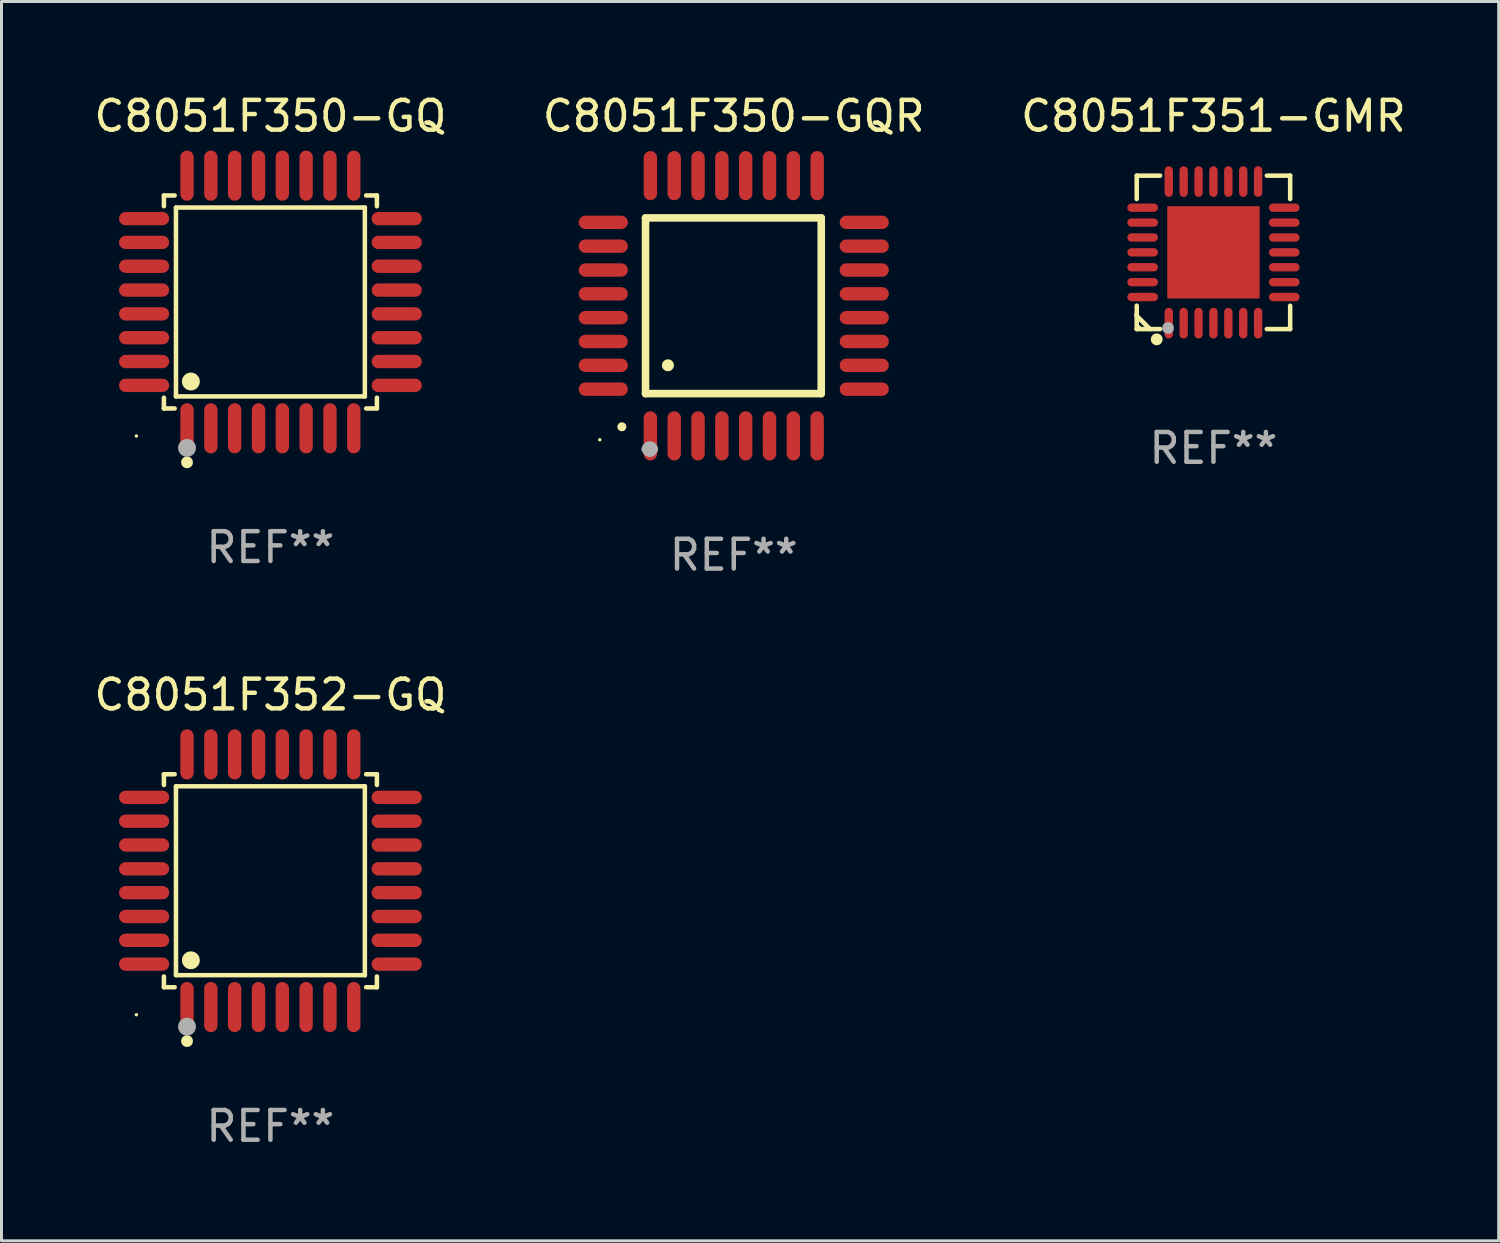
<source format=kicad_pcb>
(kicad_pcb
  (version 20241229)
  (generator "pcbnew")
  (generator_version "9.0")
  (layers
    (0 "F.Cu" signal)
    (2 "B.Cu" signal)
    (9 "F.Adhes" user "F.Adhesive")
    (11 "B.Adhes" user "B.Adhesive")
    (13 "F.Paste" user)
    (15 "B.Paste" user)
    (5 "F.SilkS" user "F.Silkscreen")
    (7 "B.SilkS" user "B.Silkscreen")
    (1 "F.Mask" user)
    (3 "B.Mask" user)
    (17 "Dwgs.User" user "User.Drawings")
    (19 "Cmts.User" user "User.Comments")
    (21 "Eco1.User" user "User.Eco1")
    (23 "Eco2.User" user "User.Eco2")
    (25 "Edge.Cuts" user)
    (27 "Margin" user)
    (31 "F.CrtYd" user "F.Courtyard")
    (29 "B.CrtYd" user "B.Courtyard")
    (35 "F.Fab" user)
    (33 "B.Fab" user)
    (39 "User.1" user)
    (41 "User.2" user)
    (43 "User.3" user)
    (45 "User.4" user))
  (footprint "C8051F350-GQR"
    (layer "F.Cu")
    (at 21.589 7.217)
    (property "Reference" "C8051F350-GQR" (at 0 -6.369 0) (layer "F.SilkS") (effects (font (size 1 1) (thickness 0.15))))
    (attr through_hole)
    (fp_line (start -2.963 -2.95) (end -2.963 2.95) (stroke (width 0.254) (type solid)) (layer "F.SilkS"))
    (fp_line (start -2.963 2.95) (end 2.937 2.95) (stroke (width 0.254) (type solid)) (layer "F.SilkS"))
    (fp_line (start 2.937 -2.95) (end -2.963 -2.95) (stroke (width 0.254) (type solid)) (layer "F.SilkS"))
    (fp_line (start 2.937 2.95) (end 2.937 -2.95) (stroke (width 0.254) (type solid)) (layer "F.SilkS"))
    (fp_arc (start -3.759208 4.064008) (mid -3.757938 4.064003) (end -3.756668 4.064008) (stroke (width 0.3) (type solid)) (layer "F.SilkS"))
    (fp_arc (start -2.212344 1.998984) (mid -2.211074 1.99898) (end -2.209804 1.998984) (stroke (width 0.4) (type solid)) (layer "F.SilkS"))
    (fp_circle (center -4.5 4.5) (end -4.47 4.5) (stroke (width 0.06) (type solid)) (fill no) (layer "F.SilkS"))
    (fp_arc (start -2.967489 4.82601) (mid -2.819406 4.677927) (end -2.671323 4.82601) (stroke (width 0.254001) (type solid)) (layer "F.Fab"))
    (fp_arc (start -2.967488 4.82601) (mid -2.819406 4.791053) (end -2.671324 4.82601) (stroke (width 0.254001) (type solid)) (layer "F.Fab"))
    (fp_circle (center -2.819 4.826) (end -2.692 4.826) (stroke (width 0.254) (type solid)) (fill no) (layer "F.Fab"))
    (fp_text user "REF**" (at 0 8.369 0) (layer "F.Fab") (effects (font (size 1 1) (thickness 0.15))))
    (pad "1" smd oval (at -2.8 4.369) (size 0.45 1.65) (layers "F.Cu" "F.Mask" "F.Paste"))
    (pad "2" smd oval (at -2 4.369) (size 0.45 1.65) (layers "F.Cu" "F.Mask" "F.Paste"))
    (pad "3" smd oval (at -1.2 4.369) (size 0.45 1.65) (layers "F.Cu" "F.Mask" "F.Paste"))
    (pad "4" smd oval (at -0.4 4.369) (size 0.45 1.65) (layers "F.Cu" "F.Mask" "F.Paste"))
    (pad "5" smd oval (at 0.4 4.369) (size 0.45 1.65) (layers "F.Cu" "F.Mask" "F.Paste"))
    (pad "6" smd oval (at 1.2 4.369) (size 0.45 1.65) (layers "F.Cu" "F.Mask" "F.Paste"))
    (pad "7" smd oval (at 2 4.369) (size 0.45 1.65) (layers "F.Cu" "F.Mask" "F.Paste"))
    (pad "8" smd oval (at 2.8 4.369) (size 0.45 1.65) (layers "F.Cu" "F.Mask" "F.Paste"))
    (pad "9" smd oval (at 4.382 2.8) (size 1.65 0.45) (layers "F.Cu" "F.Mask" "F.Paste"))
    (pad "10" smd oval (at 4.382 2) (size 1.65 0.45) (layers "F.Cu" "F.Mask" "F.Paste"))
    (pad "11" smd oval (at 4.382 1.2) (size 1.65 0.45) (layers "F.Cu" "F.Mask" "F.Paste"))
    (pad "12" smd oval (at 4.382 0.4) (size 1.65 0.45) (layers "F.Cu" "F.Mask" "F.Paste"))
    (pad "13" smd oval (at 4.382 -0.4) (size 1.65 0.45) (layers "F.Cu" "F.Mask" "F.Paste"))
    (pad "14" smd oval (at 4.382 -1.2) (size 1.65 0.45) (layers "F.Cu" "F.Mask" "F.Paste"))
    (pad "15" smd oval (at 4.382 -2) (size 1.65 0.45) (layers "F.Cu" "F.Mask" "F.Paste"))
    (pad "16" smd oval (at 4.382 -2.8) (size 1.65 0.45) (layers "F.Cu" "F.Mask" "F.Paste"))
    (pad "17" smd oval (at 2.8 -4.369) (size 0.45 1.65) (layers "F.Cu" "F.Mask" "F.Paste"))
    (pad "18" smd oval (at 2 -4.369) (size 0.45 1.65) (layers "F.Cu" "F.Mask" "F.Paste"))
    (pad "19" smd oval (at 1.2 -4.369) (size 0.45 1.65) (layers "F.Cu" "F.Mask" "F.Paste"))
    (pad "20" smd oval (at 0.4 -4.369) (size 0.45 1.65) (layers "F.Cu" "F.Mask" "F.Paste"))
    (pad "21" smd oval (at -0.4 -4.369) (size 0.45 1.65) (layers "F.Cu" "F.Mask" "F.Paste"))
    (pad "22" smd oval (at -1.2 -4.369) (size 0.45 1.65) (layers "F.Cu" "F.Mask" "F.Paste"))
    (pad "23" smd oval (at -2 -4.369) (size 0.45 1.65) (layers "F.Cu" "F.Mask" "F.Paste"))
    (pad "24" smd oval (at -2.8 -4.369) (size 0.45 1.65) (layers "F.Cu" "F.Mask" "F.Paste"))
    (pad "25" smd oval (at -4.382 -2.8) (size 1.65 0.45) (layers "F.Cu" "F.Mask" "F.Paste"))
    (pad "26" smd oval (at -4.382 -2) (size 1.65 0.45) (layers "F.Cu" "F.Mask" "F.Paste"))
    (pad "27" smd oval (at -4.382 -1.2) (size 1.65 0.45) (layers "F.Cu" "F.Mask" "F.Paste"))
    (pad "28" smd oval (at -4.382 -0.4) (size 1.65 0.45) (layers "F.Cu" "F.Mask" "F.Paste"))
    (pad "29" smd oval (at -4.382 0.4) (size 1.65 0.45) (layers "F.Cu" "F.Mask" "F.Paste"))
    (pad "30" smd oval (at -4.382 1.2) (size 1.65 0.45) (layers "F.Cu" "F.Mask" "F.Paste"))
    (pad "31" smd oval (at -4.382 2) (size 1.65 0.45) (layers "F.Cu" "F.Mask" "F.Paste"))
    (pad "32" smd oval (at -4.382 2.8) (size 1.65 0.45) (layers "F.Cu" "F.Mask" "F.Paste")))
  (footprint "C8051F350-GQ"
    (layer "F.Cu")
    (at 6.03 7.09)
    (property "Reference" "C8051F350-GQ" (at 0 -6.242 0) (layer "F.SilkS") (effects (font (size 1 1) (thickness 0.15))))
    (attr through_hole)
    (fp_line (start -3.576 -3.576) (end -3.215 -3.576) (stroke (width 0.152) (type solid)) (layer "F.SilkS"))
    (fp_line (start -3.576 -3.215) (end -3.576 -3.576) (stroke (width 0.152) (type solid)) (layer "F.SilkS"))
    (fp_line (start -3.576 3.215) (end -3.576 3.576) (stroke (width 0.152) (type solid)) (layer "F.SilkS"))
    (fp_line (start -3.576 3.576) (end -3.215 3.576) (stroke (width 0.152) (type solid)) (layer "F.SilkS"))
    (fp_line (start -3.171 -3.171) (end 3.171 -3.171) (stroke (width 0.152) (type solid)) (layer "F.SilkS"))
    (fp_line (start -3.171 3.171) (end -3.171 -3.171) (stroke (width 0.152) (type solid)) (layer "F.SilkS"))
    (fp_line (start 3.171 -3.171) (end 3.171 3.171) (stroke (width 0.152) (type solid)) (layer "F.SilkS"))
    (fp_line (start 3.171 3.171) (end -3.171 3.171) (stroke (width 0.152) (type solid)) (layer "F.SilkS"))
    (fp_line (start 3.576 -3.576) (end 3.215 -3.576) (stroke (width 0.152) (type solid)) (layer "F.SilkS"))
    (fp_line (start 3.576 -3.215) (end 3.576 -3.576) (stroke (width 0.152) (type solid)) (layer "F.SilkS"))
    (fp_line (start 3.576 3.215) (end 3.576 3.576) (stroke (width 0.152) (type solid)) (layer "F.SilkS"))
    (fp_line (start 3.576 3.576) (end 3.215 3.576) (stroke (width 0.152) (type solid)) (layer "F.SilkS"))
    (fp_circle (center -4.5 4.5) (end -4.47 4.5) (stroke (width 0.06) (type solid)) (fill no) (layer "F.SilkS"))
    (fp_circle (center -2.8 5.384) (end -2.7 5.384) (stroke (width 0.2) (type solid)) (fill no) (layer "F.SilkS"))
    (fp_circle (center -2.671 2.671) (end -2.521 2.671) (stroke (width 0.3) (type solid)) (fill no) (layer "F.SilkS"))
    (fp_circle (center -2.8 4.9) (end -2.65 4.9) (stroke (width 0.3) (type solid)) (fill no) (layer "F.Fab"))
    (fp_text user "REF**" (at 0 8.242 0) (layer "F.Fab") (effects (font (size 1 1) (thickness 0.15))))
    (pad "1" smd oval (at -2.8 4.242) (size 0.448 1.684) (layers "F.Cu" "F.Mask" "F.Paste"))
    (pad "2" smd oval (at -2 4.242) (size 0.448 1.684) (layers "F.Cu" "F.Mask" "F.Paste"))
    (pad "3" smd oval (at -1.2 4.242) (size 0.448 1.684) (layers "F.Cu" "F.Mask" "F.Paste"))
    (pad "4" smd oval (at -0.4 4.242) (size 0.448 1.684) (layers "F.Cu" "F.Mask" "F.Paste"))
    (pad "5" smd oval (at 0.4 4.242) (size 0.448 1.684) (layers "F.Cu" "F.Mask" "F.Paste"))
    (pad "6" smd oval (at 1.2 4.242) (size 0.448 1.684) (layers "F.Cu" "F.Mask" "F.Paste"))
    (pad "7" smd oval (at 2 4.242) (size 0.448 1.684) (layers "F.Cu" "F.Mask" "F.Paste"))
    (pad "8" smd oval (at 2.8 4.242) (size 0.448 1.684) (layers "F.Cu" "F.Mask" "F.Paste"))
    (pad "9" smd oval (at 4.242 2.8) (size 1.684 0.448) (layers "F.Cu" "F.Mask" "F.Paste"))
    (pad "10" smd oval (at 4.242 2) (size 1.684 0.448) (layers "F.Cu" "F.Mask" "F.Paste"))
    (pad "11" smd oval (at 4.242 1.2) (size 1.684 0.448) (layers "F.Cu" "F.Mask" "F.Paste"))
    (pad "12" smd oval (at 4.242 0.4) (size 1.684 0.448) (layers "F.Cu" "F.Mask" "F.Paste"))
    (pad "13" smd oval (at 4.242 -0.4) (size 1.684 0.448) (layers "F.Cu" "F.Mask" "F.Paste"))
    (pad "14" smd oval (at 4.242 -1.2) (size 1.684 0.448) (layers "F.Cu" "F.Mask" "F.Paste"))
    (pad "15" smd oval (at 4.242 -2) (size 1.684 0.448) (layers "F.Cu" "F.Mask" "F.Paste"))
    (pad "16" smd oval (at 4.242 -2.8) (size 1.684 0.448) (layers "F.Cu" "F.Mask" "F.Paste"))
    (pad "17" smd oval (at 2.8 -4.242) (size 0.448 1.684) (layers "F.Cu" "F.Mask" "F.Paste"))
    (pad "18" smd oval (at 2 -4.242) (size 0.448 1.684) (layers "F.Cu" "F.Mask" "F.Paste"))
    (pad "19" smd oval (at 1.2 -4.242) (size 0.448 1.684) (layers "F.Cu" "F.Mask" "F.Paste"))
    (pad "20" smd oval (at 0.4 -4.242) (size 0.448 1.684) (layers "F.Cu" "F.Mask" "F.Paste"))
    (pad "21" smd oval (at -0.4 -4.242) (size 0.448 1.684) (layers "F.Cu" "F.Mask" "F.Paste"))
    (pad "22" smd oval (at -1.2 -4.242) (size 0.448 1.684) (layers "F.Cu" "F.Mask" "F.Paste"))
    (pad "23" smd oval (at -2 -4.242) (size 0.448 1.684) (layers "F.Cu" "F.Mask" "F.Paste"))
    (pad "24" smd oval (at -2.8 -4.242) (size 0.448 1.684) (layers "F.Cu" "F.Mask" "F.Paste"))
    (pad "25" smd oval (at -4.242 -2.8) (size 1.684 0.448) (layers "F.Cu" "F.Mask" "F.Paste"))
    (pad "26" smd oval (at -4.242 -2) (size 1.684 0.448) (layers "F.Cu" "F.Mask" "F.Paste"))
    (pad "27" smd oval (at -4.242 -1.2) (size 1.684 0.448) (layers "F.Cu" "F.Mask" "F.Paste"))
    (pad "28" smd oval (at -4.242 -0.4) (size 1.684 0.448) (layers "F.Cu" "F.Mask" "F.Paste"))
    (pad "29" smd oval (at -4.242 0.4) (size 1.684 0.448) (layers "F.Cu" "F.Mask" "F.Paste"))
    (pad "30" smd oval (at -4.242 1.2) (size 1.684 0.448) (layers "F.Cu" "F.Mask" "F.Paste"))
    (pad "31" smd oval (at -4.242 2) (size 1.684 0.448) (layers "F.Cu" "F.Mask" "F.Paste"))
    (pad "32" smd oval (at -4.242 2.8) (size 1.684 0.448) (layers "F.Cu" "F.Mask" "F.Paste")))
  (footprint "C8051F351-GMR"
    (layer "F.Cu")
    (at 37.696 5.424)
    (property "Reference" "C8051F351-GMR" (at 0 -4.576 0) (layer "F.SilkS") (effects (font (size 1 1) (thickness 0.15))))
    (attr through_hole)
    (fp_line (start -2.576 -2.576) (end -2.576 -1.792) (stroke (width 0.152) (type solid)) (layer "F.SilkS"))
    (fp_line (start -2.576 2.077) (end -2.576 2.133) (stroke (width 0.152) (type solid)) (layer "F.SilkS"))
    (fp_line (start -2.576 2.133) (end -2.133 2.576) (stroke (width 0.152) (type solid)) (layer "F.SilkS"))
    (fp_line (start -2.576 2.576) (end -2.576 1.792) (stroke (width 0.152) (type solid)) (layer "F.SilkS"))
    (fp_line (start -1.792 -2.576) (end -2.576 -2.576) (stroke (width 0.152) (type solid)) (layer "F.SilkS"))
    (fp_line (start -1.792 2.576) (end -2.576 2.576) (stroke (width 0.152) (type solid)) (layer "F.SilkS"))
    (fp_line (start 1.792 -2.576) (end 2.576 -2.576) (stroke (width 0.152) (type solid)) (layer "F.SilkS"))
    (fp_line (start 1.792 2.576) (end 2.576 2.576) (stroke (width 0.152) (type solid)) (layer "F.SilkS"))
    (fp_line (start 2.576 -2.576) (end 2.576 -1.792) (stroke (width 0.152) (type solid)) (layer "F.SilkS"))
    (fp_line (start 2.576 2.576) (end 2.576 1.792) (stroke (width 0.152) (type solid)) (layer "F.SilkS"))
    (fp_circle (center -2.5 2.5) (end -2.47 2.5) (stroke (width 0.06) (type solid)) (fill no) (layer "F.SilkS"))
    (fp_circle (center -1.905 2.921) (end -1.805 2.921) (stroke (width 0.2) (type solid)) (fill no) (layer "F.SilkS"))
    (fp_circle (center -1.524 2.54) (end -1.424 2.54) (stroke (width 0.2) (type solid)) (fill no) (layer "F.Fab"))
    (fp_text user "REF**" (at 0 6.576 0) (layer "F.Fab") (effects (font (size 1 1) (thickness 0.15))))
    (pad "1" smd oval (at -1.5 2.377) (size 0.28 1.03) (layers "F.Cu" "F.Mask" "F.Paste"))
    (pad "2" smd oval (at -1 2.377) (size 0.28 1.03) (layers "F.Cu" "F.Mask" "F.Paste"))
    (pad "3" smd oval (at -0.5 2.377) (size 0.28 1.03) (layers "F.Cu" "F.Mask" "F.Paste"))
    (pad "4" smd oval (at 0 2.377) (size 0.28 1.03) (layers "F.Cu" "F.Mask" "F.Paste"))
    (pad "5" smd oval (at 0.5 2.377) (size 0.28 1.03) (layers "F.Cu" "F.Mask" "F.Paste"))
    (pad "6" smd oval (at 1 2.377) (size 0.28 1.03) (layers "F.Cu" "F.Mask" "F.Paste"))
    (pad "7" smd oval (at 1.5 2.377) (size 0.28 1.03) (layers "F.Cu" "F.Mask" "F.Paste"))
    (pad "8" smd oval (at 2.377 1.5) (size 1.03 0.28) (layers "F.Cu" "F.Mask" "F.Paste"))
    (pad "9" smd oval (at 2.377 1) (size 1.03 0.28) (layers "F.Cu" "F.Mask" "F.Paste"))
    (pad "10" smd oval (at 2.377 0.5) (size 1.03 0.28) (layers "F.Cu" "F.Mask" "F.Paste"))
    (pad "11" smd oval (at 2.377 0) (size 1.03 0.28) (layers "F.Cu" "F.Mask" "F.Paste"))
    (pad "12" smd oval (at 2.377 -0.5) (size 1.03 0.28) (layers "F.Cu" "F.Mask" "F.Paste"))
    (pad "13" smd oval (at 2.377 -1) (size 1.03 0.28) (layers "F.Cu" "F.Mask" "F.Paste"))
    (pad "14" smd oval (at 2.377 -1.5) (size 1.03 0.28) (layers "F.Cu" "F.Mask" "F.Paste"))
    (pad "15" smd oval (at 1.5 -2.377) (size 0.28 1.03) (layers "F.Cu" "F.Mask" "F.Paste"))
    (pad "16" smd oval (at 1 -2.377) (size 0.28 1.03) (layers "F.Cu" "F.Mask" "F.Paste"))
    (pad "17" smd oval (at 0.5 -2.377) (size 0.28 1.03) (layers "F.Cu" "F.Mask" "F.Paste"))
    (pad "18" smd oval (at 0 -2.377) (size 0.28 1.03) (layers "F.Cu" "F.Mask" "F.Paste"))
    (pad "19" smd oval (at -0.5 -2.377) (size 0.28 1.03) (layers "F.Cu" "F.Mask" "F.Paste"))
    (pad "20" smd oval (at -1 -2.377) (size 0.28 1.03) (layers "F.Cu" "F.Mask" "F.Paste"))
    (pad "21" smd oval (at -1.5 -2.377) (size 0.28 1.03) (layers "F.Cu" "F.Mask" "F.Paste"))
    (pad "22" smd oval (at -2.377 -1.5) (size 1.03 0.28) (layers "F.Cu" "F.Mask" "F.Paste"))
    (pad "23" smd oval (at -2.377 -1) (size 1.03 0.28) (layers "F.Cu" "F.Mask" "F.Paste"))
    (pad "24" smd oval (at -2.377 -0.5) (size 1.03 0.28) (layers "F.Cu" "F.Mask" "F.Paste"))
    (pad "25" smd oval (at -2.377 0) (size 1.03 0.28) (layers "F.Cu" "F.Mask" "F.Paste"))
    (pad "26" smd oval (at -2.377 0.5) (size 1.03 0.28) (layers "F.Cu" "F.Mask" "F.Paste"))
    (pad "27" smd oval (at -2.377 1) (size 1.03 0.28) (layers "F.Cu" "F.Mask" "F.Paste"))
    (pad "28" smd oval (at -2.377 1.5) (size 1.03 0.28) (layers "F.Cu" "F.Mask" "F.Paste"))
    (pad "29" smd rect (at 0 0) (size 3.1 3.1) (layers "F.Cu" "F.Mask" "F.Paste")))
  (footprint "C8051F352-GQ"
    (layer "F.Cu")
    (at 6.03 26.524)
    (property "Reference" "C8051F352-GQ" (at 0 -6.242 0) (layer "F.SilkS") (effects (font (size 1 1) (thickness 0.15))))
    (attr through_hole)
    (fp_line (start -3.576 -3.576) (end -3.215 -3.576) (stroke (width 0.152) (type solid)) (layer "F.SilkS"))
    (fp_line (start -3.576 -3.215) (end -3.576 -3.576) (stroke (width 0.152) (type solid)) (layer "F.SilkS"))
    (fp_line (start -3.576 3.215) (end -3.576 3.576) (stroke (width 0.152) (type solid)) (layer "F.SilkS"))
    (fp_line (start -3.576 3.576) (end -3.215 3.576) (stroke (width 0.152) (type solid)) (layer "F.SilkS"))
    (fp_line (start -3.171 -3.171) (end 3.171 -3.171) (stroke (width 0.152) (type solid)) (layer "F.SilkS"))
    (fp_line (start -3.171 3.171) (end -3.171 -3.171) (stroke (width 0.152) (type solid)) (layer "F.SilkS"))
    (fp_line (start 3.171 -3.171) (end 3.171 3.171) (stroke (width 0.152) (type solid)) (layer "F.SilkS"))
    (fp_line (start 3.171 3.171) (end -3.171 3.171) (stroke (width 0.152) (type solid)) (layer "F.SilkS"))
    (fp_line (start 3.576 -3.576) (end 3.215 -3.576) (stroke (width 0.152) (type solid)) (layer "F.SilkS"))
    (fp_line (start 3.576 -3.215) (end 3.576 -3.576) (stroke (width 0.152) (type solid)) (layer "F.SilkS"))
    (fp_line (start 3.576 3.215) (end 3.576 3.576) (stroke (width 0.152) (type solid)) (layer "F.SilkS"))
    (fp_line (start 3.576 3.576) (end 3.215 3.576) (stroke (width 0.152) (type solid)) (layer "F.SilkS"))
    (fp_circle (center -4.5 4.5) (end -4.47 4.5) (stroke (width 0.06) (type solid)) (fill no) (layer "F.SilkS"))
    (fp_circle (center -2.8 5.384) (end -2.7 5.384) (stroke (width 0.2) (type solid)) (fill no) (layer "F.SilkS"))
    (fp_circle (center -2.671 2.671) (end -2.521 2.671) (stroke (width 0.3) (type solid)) (fill no) (layer "F.SilkS"))
    (fp_circle (center -2.8 4.9) (end -2.65 4.9) (stroke (width 0.3) (type solid)) (fill no) (layer "F.Fab"))
    (fp_text user "REF**" (at 0 8.242 0) (layer "F.Fab") (effects (font (size 1 1) (thickness 0.15))))
    (pad "1" smd oval (at -2.8 4.242) (size 0.448 1.684) (layers "F.Cu" "F.Mask" "F.Paste"))
    (pad "2" smd oval (at -2 4.242) (size 0.448 1.684) (layers "F.Cu" "F.Mask" "F.Paste"))
    (pad "3" smd oval (at -1.2 4.242) (size 0.448 1.684) (layers "F.Cu" "F.Mask" "F.Paste"))
    (pad "4" smd oval (at -0.4 4.242) (size 0.448 1.684) (layers "F.Cu" "F.Mask" "F.Paste"))
    (pad "5" smd oval (at 0.4 4.242) (size 0.448 1.684) (layers "F.Cu" "F.Mask" "F.Paste"))
    (pad "6" smd oval (at 1.2 4.242) (size 0.448 1.684) (layers "F.Cu" "F.Mask" "F.Paste"))
    (pad "7" smd oval (at 2 4.242) (size 0.448 1.684) (layers "F.Cu" "F.Mask" "F.Paste"))
    (pad "8" smd oval (at 2.8 4.242) (size 0.448 1.684) (layers "F.Cu" "F.Mask" "F.Paste"))
    (pad "9" smd oval (at 4.242 2.8) (size 1.684 0.448) (layers "F.Cu" "F.Mask" "F.Paste"))
    (pad "10" smd oval (at 4.242 2) (size 1.684 0.448) (layers "F.Cu" "F.Mask" "F.Paste"))
    (pad "11" smd oval (at 4.242 1.2) (size 1.684 0.448) (layers "F.Cu" "F.Mask" "F.Paste"))
    (pad "12" smd oval (at 4.242 0.4) (size 1.684 0.448) (layers "F.Cu" "F.Mask" "F.Paste"))
    (pad "13" smd oval (at 4.242 -0.4) (size 1.684 0.448) (layers "F.Cu" "F.Mask" "F.Paste"))
    (pad "14" smd oval (at 4.242 -1.2) (size 1.684 0.448) (layers "F.Cu" "F.Mask" "F.Paste"))
    (pad "15" smd oval (at 4.242 -2) (size 1.684 0.448) (layers "F.Cu" "F.Mask" "F.Paste"))
    (pad "16" smd oval (at 4.242 -2.8) (size 1.684 0.448) (layers "F.Cu" "F.Mask" "F.Paste"))
    (pad "17" smd oval (at 2.8 -4.242) (size 0.448 1.684) (layers "F.Cu" "F.Mask" "F.Paste"))
    (pad "18" smd oval (at 2 -4.242) (size 0.448 1.684) (layers "F.Cu" "F.Mask" "F.Paste"))
    (pad "19" smd oval (at 1.2 -4.242) (size 0.448 1.684) (layers "F.Cu" "F.Mask" "F.Paste"))
    (pad "20" smd oval (at 0.4 -4.242) (size 0.448 1.684) (layers "F.Cu" "F.Mask" "F.Paste"))
    (pad "21" smd oval (at -0.4 -4.242) (size 0.448 1.684) (layers "F.Cu" "F.Mask" "F.Paste"))
    (pad "22" smd oval (at -1.2 -4.242) (size 0.448 1.684) (layers "F.Cu" "F.Mask" "F.Paste"))
    (pad "23" smd oval (at -2 -4.242) (size 0.448 1.684) (layers "F.Cu" "F.Mask" "F.Paste"))
    (pad "24" smd oval (at -2.8 -4.242) (size 0.448 1.684) (layers "F.Cu" "F.Mask" "F.Paste"))
    (pad "25" smd oval (at -4.242 -2.8) (size 1.684 0.448) (layers "F.Cu" "F.Mask" "F.Paste"))
    (pad "26" smd oval (at -4.242 -2) (size 1.684 0.448) (layers "F.Cu" "F.Mask" "F.Paste"))
    (pad "27" smd oval (at -4.242 -1.2) (size 1.684 0.448) (layers "F.Cu" "F.Mask" "F.Paste"))
    (pad "28" smd oval (at -4.242 -0.4) (size 1.684 0.448) (layers "F.Cu" "F.Mask" "F.Paste"))
    (pad "29" smd oval (at -4.242 0.4) (size 1.684 0.448) (layers "F.Cu" "F.Mask" "F.Paste"))
    (pad "30" smd oval (at -4.242 1.2) (size 1.684 0.448) (layers "F.Cu" "F.Mask" "F.Paste"))
    (pad "31" smd oval (at -4.242 2) (size 1.684 0.448) (layers "F.Cu" "F.Mask" "F.Paste"))
    (pad "32" smd oval (at -4.242 2.8) (size 1.684 0.448) (layers "F.Cu" "F.Mask" "F.Paste")))
  (gr_rect
    (start -3 -3)
    (end 47.274 38.615)
    (stroke (width 0.1) (type default))
    (fill no)
    (layer "Edge.Cuts")))
</source>
